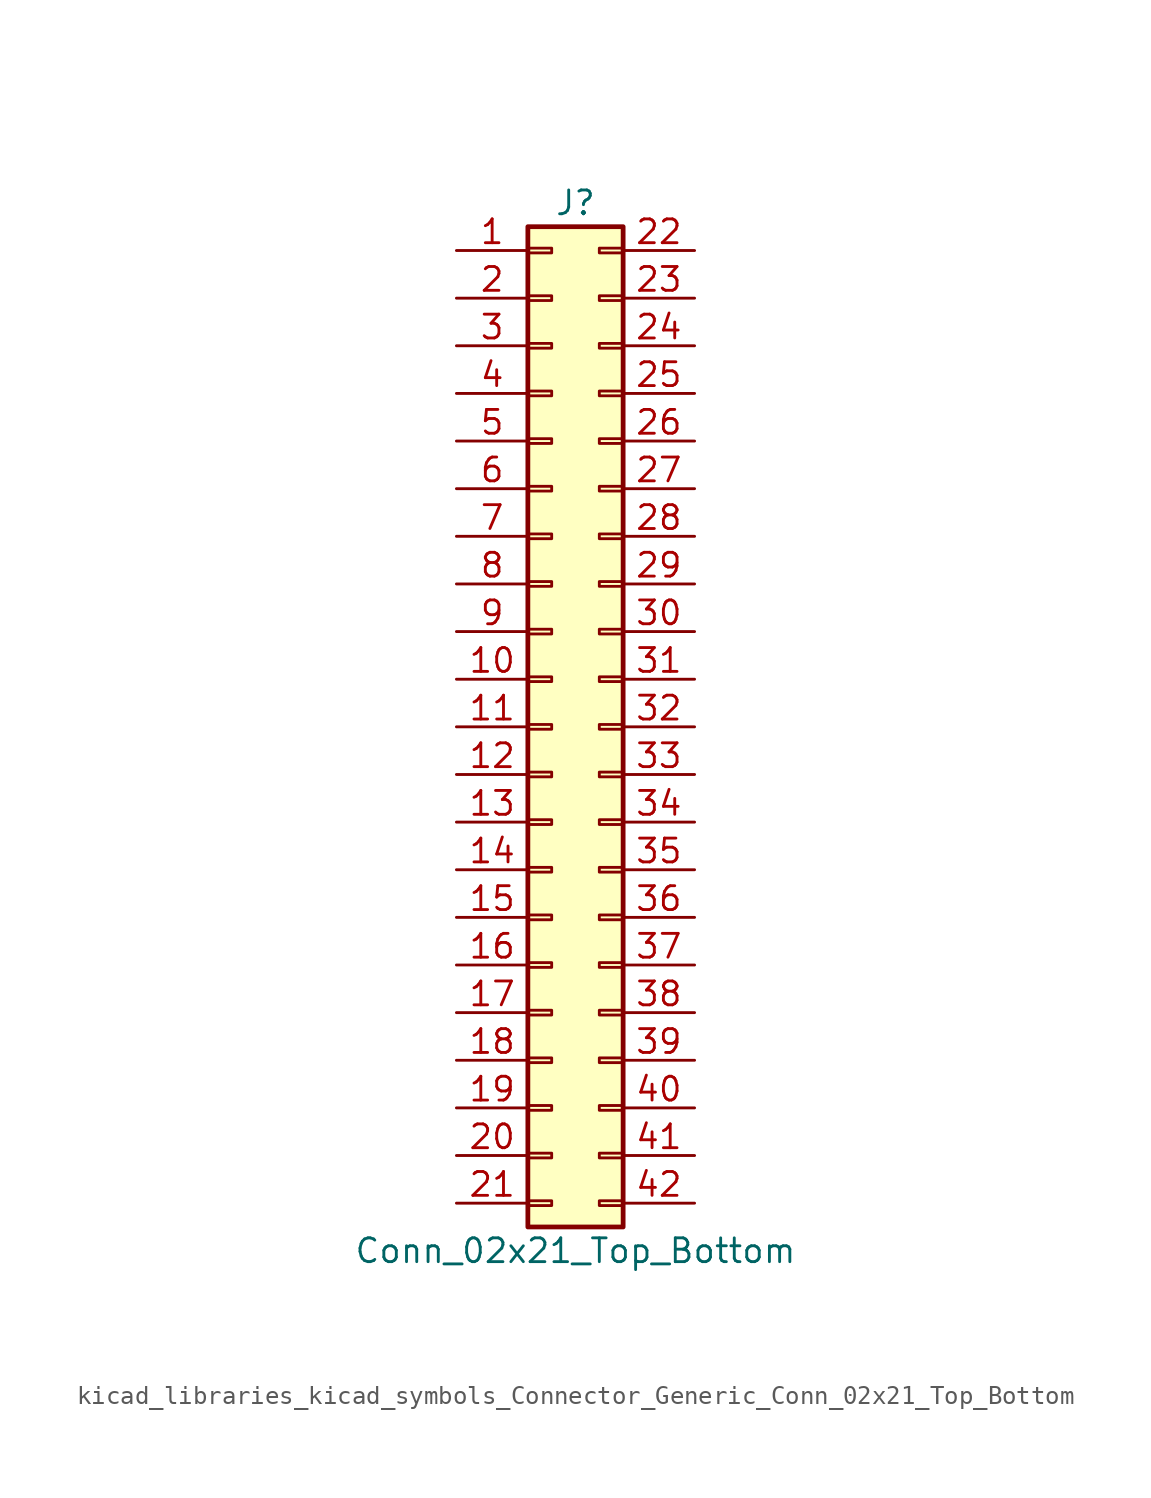
<source format=kicad_sym>
(kicad_symbol_lib
  (version 20220914)
  (generator kicad_symbol_editor)
  (symbol "kicad_libraries_kicad_symbols_Connector_Generic_Conn_02x21_Top_Bottom"
    (pin_names
      (offset 1.016) hide)
    (property "Reference" "J"
      (at 1.27 27.94 0)
      (effects (font (size 1.27 1.27))))
    (property "Value" "Conn_02x21_Top_Bottom"
      (at 1.27 -27.94 0)
      (effects (font (size 1.27 1.27))))
    (symbol "kicad_libraries_kicad_symbols_Connector_Generic_Conn_02x21_Top_Bottom_1_1"
      (rectangle (start -1.27 -25.273) (end 0 -25.527) (stroke (width 0.152) (type default)) (fill (type none)))
      (rectangle (start -1.27 -22.733) (end 0 -22.987) (stroke (width 0.152) (type default)) (fill (type none)))
      (rectangle (start -1.27 -20.193) (end 0 -20.447) (stroke (width 0.152) (type default)) (fill (type none)))
      (rectangle (start -1.27 -17.653) (end 0 -17.907) (stroke (width 0.152) (type default)) (fill (type none)))
      (rectangle (start -1.27 -15.113) (end 0 -15.367) (stroke (width 0.152) (type default)) (fill (type none)))
      (rectangle (start -1.27 -12.573) (end 0 -12.827) (stroke (width 0.152) (type default)) (fill (type none)))
      (rectangle (start -1.27 -10.033) (end 0 -10.287) (stroke (width 0.152) (type default)) (fill (type none)))
      (rectangle (start -1.27 -7.493) (end 0 -7.747) (stroke (width 0.152) (type default)) (fill (type none)))
      (rectangle (start -1.27 -4.953) (end 0 -5.207) (stroke (width 0.152) (type default)) (fill (type none)))
      (rectangle (start -1.27 -2.413) (end 0 -2.667) (stroke (width 0.152) (type default)) (fill (type none)))
      (rectangle (start -1.27 0.127) (end 0 -0.127) (stroke (width 0.152) (type default)) (fill (type none)))
      (rectangle (start -1.27 2.667) (end 0 2.413) (stroke (width 0.152) (type default)) (fill (type none)))
      (rectangle (start -1.27 5.207) (end 0 4.953) (stroke (width 0.152) (type default)) (fill (type none)))
      (rectangle (start -1.27 7.747) (end 0 7.493) (stroke (width 0.152) (type default)) (fill (type none)))
      (rectangle (start -1.27 10.287) (end 0 10.033) (stroke (width 0.152) (type default)) (fill (type none)))
      (rectangle (start -1.27 12.827) (end 0 12.573) (stroke (width 0.152) (type default)) (fill (type none)))
      (rectangle (start -1.27 15.367) (end 0 15.113) (stroke (width 0.152) (type default)) (fill (type none)))
      (rectangle (start -1.27 17.907) (end 0 17.653) (stroke (width 0.152) (type default)) (fill (type none)))
      (rectangle (start -1.27 20.447) (end 0 20.193) (stroke (width 0.152) (type default)) (fill (type none)))
      (rectangle (start -1.27 22.987) (end 0 22.733) (stroke (width 0.152) (type default)) (fill (type none)))
      (rectangle (start -1.27 25.527) (end 0 25.273) (stroke (width 0.152) (type default)) (fill (type none)))
      (rectangle (start -1.27 26.67) (end 3.81 -26.67) (stroke (width 0.254) (type default)) (fill (type background)))
      (rectangle (start 3.81 -25.273) (end 2.54 -25.527) (stroke (width 0.152) (type default)) (fill (type none)))
      (rectangle (start 3.81 -22.733) (end 2.54 -22.987) (stroke (width 0.152) (type default)) (fill (type none)))
      (rectangle (start 3.81 -20.193) (end 2.54 -20.447) (stroke (width 0.152) (type default)) (fill (type none)))
      (rectangle (start 3.81 -17.653) (end 2.54 -17.907) (stroke (width 0.152) (type default)) (fill (type none)))
      (rectangle (start 3.81 -15.113) (end 2.54 -15.367) (stroke (width 0.152) (type default)) (fill (type none)))
      (rectangle (start 3.81 -12.573) (end 2.54 -12.827) (stroke (width 0.152) (type default)) (fill (type none)))
      (rectangle (start 3.81 -10.033) (end 2.54 -10.287) (stroke (width 0.152) (type default)) (fill (type none)))
      (rectangle (start 3.81 -7.493) (end 2.54 -7.747) (stroke (width 0.152) (type default)) (fill (type none)))
      (rectangle (start 3.81 -4.953) (end 2.54 -5.207) (stroke (width 0.152) (type default)) (fill (type none)))
      (rectangle (start 3.81 -2.413) (end 2.54 -2.667) (stroke (width 0.152) (type default)) (fill (type none)))
      (rectangle (start 3.81 0.127) (end 2.54 -0.127) (stroke (width 0.152) (type default)) (fill (type none)))
      (rectangle (start 3.81 2.667) (end 2.54 2.413) (stroke (width 0.152) (type default)) (fill (type none)))
      (rectangle (start 3.81 5.207) (end 2.54 4.953) (stroke (width 0.152) (type default)) (fill (type none)))
      (rectangle (start 3.81 7.747) (end 2.54 7.493) (stroke (width 0.152) (type default)) (fill (type none)))
      (rectangle (start 3.81 10.287) (end 2.54 10.033) (stroke (width 0.152) (type default)) (fill (type none)))
      (rectangle (start 3.81 12.827) (end 2.54 12.573) (stroke (width 0.152) (type default)) (fill (type none)))
      (rectangle (start 3.81 15.367) (end 2.54 15.113) (stroke (width 0.152) (type default)) (fill (type none)))
      (rectangle (start 3.81 17.907) (end 2.54 17.653) (stroke (width 0.152) (type default)) (fill (type none)))
      (rectangle (start 3.81 20.447) (end 2.54 20.193) (stroke (width 0.152) (type default)) (fill (type none)))
      (rectangle (start 3.81 22.987) (end 2.54 22.733) (stroke (width 0.152) (type default)) (fill (type none)))
      (rectangle (start 3.81 25.527) (end 2.54 25.273) (stroke (width 0.152) (type default)) (fill (type none)))
      (pin passive line (at -5.08 25.4 0) (length 3.81) (name "Pin_1" (effects (font (size 1.27 1.27)))) (number "1" (effects (font (size 1.27 1.27)))))
      (pin passive line (at -5.08 2.54 0) (length 3.81) (name "Pin_10" (effects (font (size 1.27 1.27)))) (number "10" (effects (font (size 1.27 1.27)))))
      (pin passive line (at -5.08 0 0) (length 3.81) (name "Pin_11" (effects (font (size 1.27 1.27)))) (number "11" (effects (font (size 1.27 1.27)))))
      (pin passive line (at -5.08 -2.54 0) (length 3.81) (name "Pin_12" (effects (font (size 1.27 1.27)))) (number "12" (effects (font (size 1.27 1.27)))))
      (pin passive line (at -5.08 -5.08 0) (length 3.81) (name "Pin_13" (effects (font (size 1.27 1.27)))) (number "13" (effects (font (size 1.27 1.27)))))
      (pin passive line (at -5.08 -7.62 0) (length 3.81) (name "Pin_14" (effects (font (size 1.27 1.27)))) (number "14" (effects (font (size 1.27 1.27)))))
      (pin passive line (at -5.08 -10.16 0) (length 3.81) (name "Pin_15" (effects (font (size 1.27 1.27)))) (number "15" (effects (font (size 1.27 1.27)))))
      (pin passive line (at -5.08 -12.7 0) (length 3.81) (name "Pin_16" (effects (font (size 1.27 1.27)))) (number "16" (effects (font (size 1.27 1.27)))))
      (pin passive line (at -5.08 -15.24 0) (length 3.81) (name "Pin_17" (effects (font (size 1.27 1.27)))) (number "17" (effects (font (size 1.27 1.27)))))
      (pin passive line (at -5.08 -17.78 0) (length 3.81) (name "Pin_18" (effects (font (size 1.27 1.27)))) (number "18" (effects (font (size 1.27 1.27)))))
      (pin passive line (at -5.08 -20.32 0) (length 3.81) (name "Pin_19" (effects (font (size 1.27 1.27)))) (number "19" (effects (font (size 1.27 1.27)))))
      (pin passive line (at -5.08 22.86 0) (length 3.81) (name "Pin_2" (effects (font (size 1.27 1.27)))) (number "2" (effects (font (size 1.27 1.27)))))
      (pin passive line (at -5.08 -22.86 0) (length 3.81) (name "Pin_20" (effects (font (size 1.27 1.27)))) (number "20" (effects (font (size 1.27 1.27)))))
      (pin passive line (at -5.08 -25.4 0) (length 3.81) (name "Pin_21" (effects (font (size 1.27 1.27)))) (number "21" (effects (font (size 1.27 1.27)))))
      (pin passive line (at 7.62 25.4 180) (length 3.81) (name "Pin_22" (effects (font (size 1.27 1.27)))) (number "22" (effects (font (size 1.27 1.27)))))
      (pin passive line (at 7.62 22.86 180) (length 3.81) (name "Pin_23" (effects (font (size 1.27 1.27)))) (number "23" (effects (font (size 1.27 1.27)))))
      (pin passive line (at 7.62 20.32 180) (length 3.81) (name "Pin_24" (effects (font (size 1.27 1.27)))) (number "24" (effects (font (size 1.27 1.27)))))
      (pin passive line (at 7.62 17.78 180) (length 3.81) (name "Pin_25" (effects (font (size 1.27 1.27)))) (number "25" (effects (font (size 1.27 1.27)))))
      (pin passive line (at 7.62 15.24 180) (length 3.81) (name "Pin_26" (effects (font (size 1.27 1.27)))) (number "26" (effects (font (size 1.27 1.27)))))
      (pin passive line (at 7.62 12.7 180) (length 3.81) (name "Pin_27" (effects (font (size 1.27 1.27)))) (number "27" (effects (font (size 1.27 1.27)))))
      (pin passive line (at 7.62 10.16 180) (length 3.81) (name "Pin_28" (effects (font (size 1.27 1.27)))) (number "28" (effects (font (size 1.27 1.27)))))
      (pin passive line (at 7.62 7.62 180) (length 3.81) (name "Pin_29" (effects (font (size 1.27 1.27)))) (number "29" (effects (font (size 1.27 1.27)))))
      (pin passive line (at -5.08 20.32 0) (length 3.81) (name "Pin_3" (effects (font (size 1.27 1.27)))) (number "3" (effects (font (size 1.27 1.27)))))
      (pin passive line (at 7.62 5.08 180) (length 3.81) (name "Pin_30" (effects (font (size 1.27 1.27)))) (number "30" (effects (font (size 1.27 1.27)))))
      (pin passive line (at 7.62 2.54 180) (length 3.81) (name "Pin_31" (effects (font (size 1.27 1.27)))) (number "31" (effects (font (size 1.27 1.27)))))
      (pin passive line (at 7.62 0 180) (length 3.81) (name "Pin_32" (effects (font (size 1.27 1.27)))) (number "32" (effects (font (size 1.27 1.27)))))
      (pin passive line (at 7.62 -2.54 180) (length 3.81) (name "Pin_33" (effects (font (size 1.27 1.27)))) (number "33" (effects (font (size 1.27 1.27)))))
      (pin passive line (at 7.62 -5.08 180) (length 3.81) (name "Pin_34" (effects (font (size 1.27 1.27)))) (number "34" (effects (font (size 1.27 1.27)))))
      (pin passive line (at 7.62 -7.62 180) (length 3.81) (name "Pin_35" (effects (font (size 1.27 1.27)))) (number "35" (effects (font (size 1.27 1.27)))))
      (pin passive line (at 7.62 -10.16 180) (length 3.81) (name "Pin_36" (effects (font (size 1.27 1.27)))) (number "36" (effects (font (size 1.27 1.27)))))
      (pin passive line (at 7.62 -12.7 180) (length 3.81) (name "Pin_37" (effects (font (size 1.27 1.27)))) (number "37" (effects (font (size 1.27 1.27)))))
      (pin passive line (at 7.62 -15.24 180) (length 3.81) (name "Pin_38" (effects (font (size 1.27 1.27)))) (number "38" (effects (font (size 1.27 1.27)))))
      (pin passive line (at 7.62 -17.78 180) (length 3.81) (name "Pin_39" (effects (font (size 1.27 1.27)))) (number "39" (effects (font (size 1.27 1.27)))))
      (pin passive line (at -5.08 17.78 0) (length 3.81) (name "Pin_4" (effects (font (size 1.27 1.27)))) (number "4" (effects (font (size 1.27 1.27)))))
      (pin passive line (at 7.62 -20.32 180) (length 3.81) (name "Pin_40" (effects (font (size 1.27 1.27)))) (number "40" (effects (font (size 1.27 1.27)))))
      (pin passive line (at 7.62 -22.86 180) (length 3.81) (name "Pin_41" (effects (font (size 1.27 1.27)))) (number "41" (effects (font (size 1.27 1.27)))))
      (pin passive line (at 7.62 -25.4 180) (length 3.81) (name "Pin_42" (effects (font (size 1.27 1.27)))) (number "42" (effects (font (size 1.27 1.27)))))
      (pin passive line (at -5.08 15.24 0) (length 3.81) (name "Pin_5" (effects (font (size 1.27 1.27)))) (number "5" (effects (font (size 1.27 1.27)))))
      (pin passive line (at -5.08 12.7 0) (length 3.81) (name "Pin_6" (effects (font (size 1.27 1.27)))) (number "6" (effects (font (size 1.27 1.27)))))
      (pin passive line (at -5.08 10.16 0) (length 3.81) (name "Pin_7" (effects (font (size 1.27 1.27)))) (number "7" (effects (font (size 1.27 1.27)))))
      (pin passive line (at -5.08 7.62 0) (length 3.81) (name "Pin_8" (effects (font (size 1.27 1.27)))) (number "8" (effects (font (size 1.27 1.27)))))
      (pin passive line (at -5.08 5.08 0) (length 3.81) (name "Pin_9" (effects (font (size 1.27 1.27)))) (number "9" (effects (font (size 1.27 1.27))))))))
</source>
